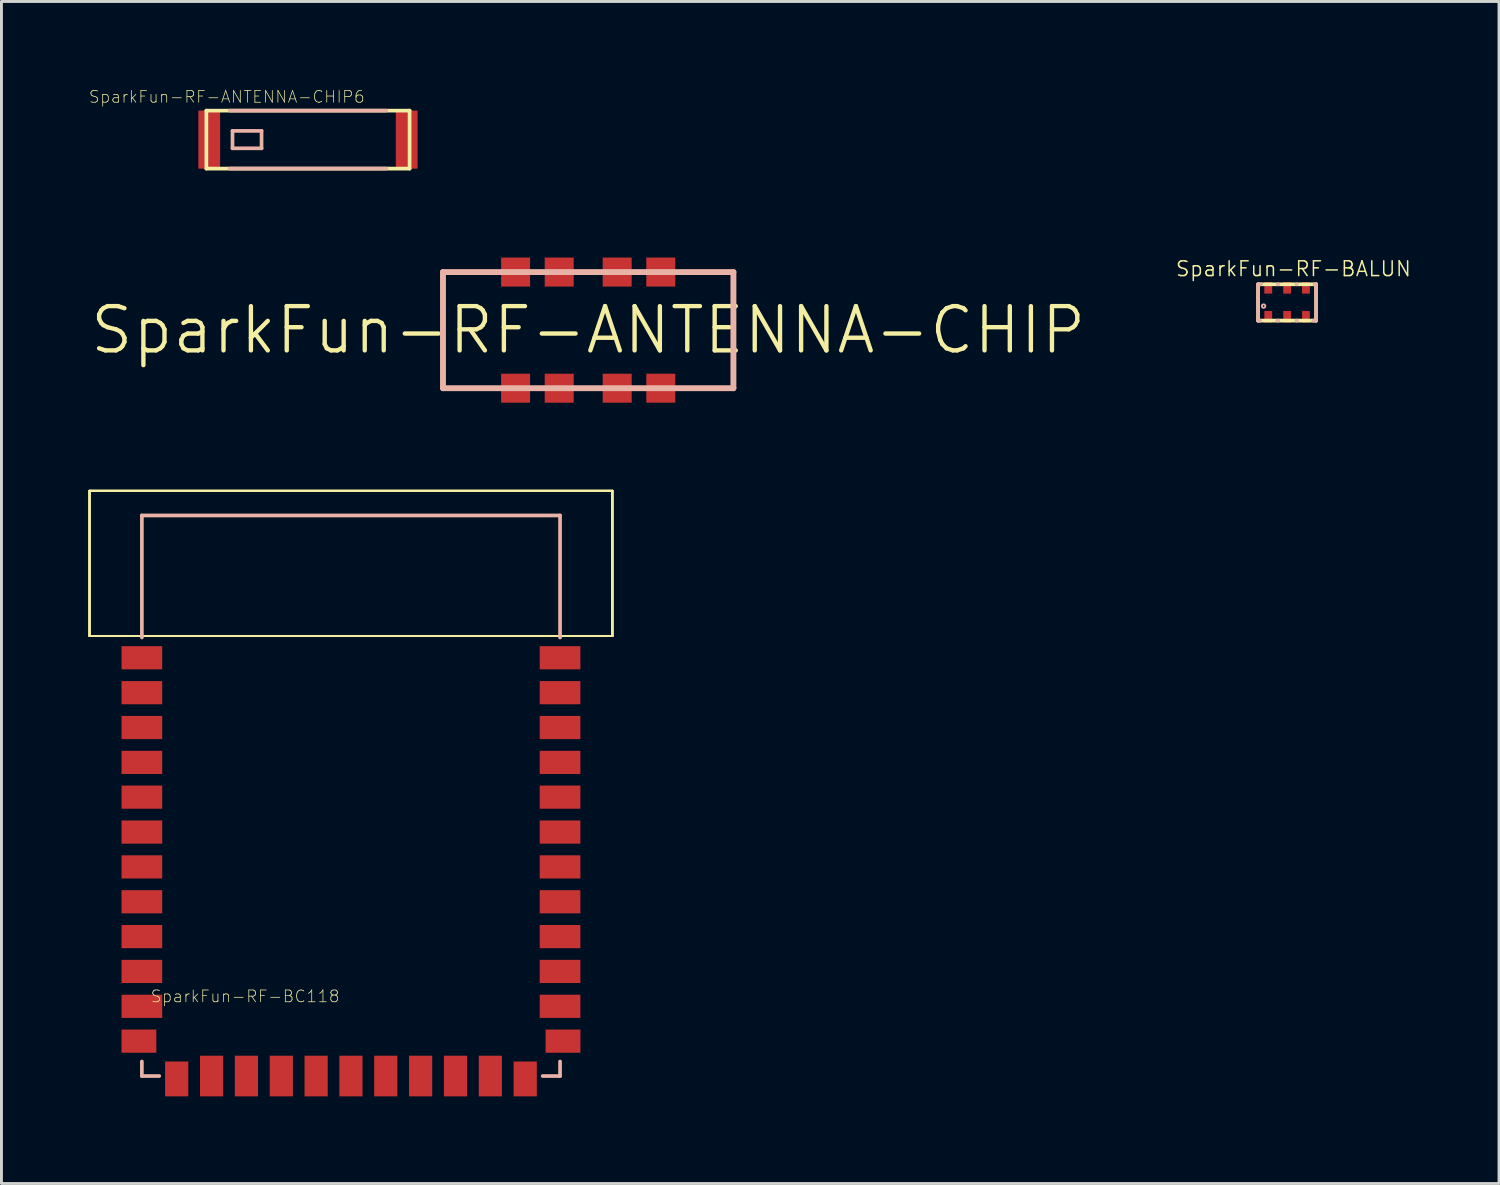
<source format=kicad_pcb>
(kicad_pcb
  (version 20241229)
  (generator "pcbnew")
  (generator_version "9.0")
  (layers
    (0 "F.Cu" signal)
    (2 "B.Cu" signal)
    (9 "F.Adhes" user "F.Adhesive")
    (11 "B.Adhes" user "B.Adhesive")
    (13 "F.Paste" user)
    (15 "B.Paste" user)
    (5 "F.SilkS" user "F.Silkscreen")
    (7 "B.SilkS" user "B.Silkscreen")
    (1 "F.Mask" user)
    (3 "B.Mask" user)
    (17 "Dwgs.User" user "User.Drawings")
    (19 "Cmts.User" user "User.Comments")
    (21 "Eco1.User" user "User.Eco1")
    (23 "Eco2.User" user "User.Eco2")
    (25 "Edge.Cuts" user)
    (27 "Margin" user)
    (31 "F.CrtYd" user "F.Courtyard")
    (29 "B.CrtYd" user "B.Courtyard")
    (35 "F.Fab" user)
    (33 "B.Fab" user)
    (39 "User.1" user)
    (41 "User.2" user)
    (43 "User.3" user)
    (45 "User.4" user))
  (footprint "SparkFun-RF-BALUN"
    (layer "F.Cu")
    (at 41.309 7.357)
    (property "Reference" "SparkFun-RF-BALUN" (at 0.168 -1.153 0) (layer "F.SilkS") (effects (font (size 0.508 0.508) (thickness 0.051))))
    (attr smd)
    (fp_line (start -1.049 -0.62) (end -1.049 0.63) (stroke (width 0.127) (type solid)) (layer "F.SilkS"))
    (fp_line (start -1.049 0.63) (end 0.95 0.63) (stroke (width 0.127) (type solid)) (layer "F.SilkS"))
    (fp_line (start 0.95 -0.62) (end -1.049 -0.62) (stroke (width 0.127) (type solid)) (layer "F.SilkS"))
    (fp_line (start 0.95 0.63) (end 0.95 -0.62) (stroke (width 0.127) (type solid)) (layer "F.SilkS"))
    (fp_line (start -1.049 -0.62) (end -1.049 -0.208) (stroke (width 0.127) (type solid)) (layer "B.SilkS"))
    (fp_line (start -1.049 -0.208) (end -1.049 0.63) (stroke (width 0.127) (type solid)) (layer "B.SilkS"))
    (fp_line (start -1.049 0.63) (end -0.978 0.63) (stroke (width 0.127) (type solid)) (layer "B.SilkS"))
    (fp_line (start -0.95 -0.62) (end -1.049 -0.62) (stroke (width 0.127) (type solid)) (layer "B.SilkS"))
    (fp_line (start -0.358 -0.62) (end -0.378 -0.62) (stroke (width 0.127) (type solid)) (layer "B.SilkS"))
    (fp_line (start -0.358 0.63) (end -0.389 0.63) (stroke (width 0.127) (type solid)) (layer "B.SilkS"))
    (fp_line (start 0.279 -0.62) (end 0.269 -0.62) (stroke (width 0.127) (type solid)) (layer "B.SilkS"))
    (fp_line (start 0.29 0.63) (end 0.269 0.63) (stroke (width 0.127) (type solid)) (layer "B.SilkS"))
    (fp_line (start 0.889 -0.62) (end 0.95 -0.62) (stroke (width 0.127) (type solid)) (layer "B.SilkS"))
    (fp_line (start 0.95 -0.62) (end 0.95 -0.389) (stroke (width 0.127) (type solid)) (layer "B.SilkS"))
    (fp_line (start 0.95 -0.389) (end 0.95 0.63) (stroke (width 0.127) (type solid)) (layer "B.SilkS"))
    (fp_line (start 0.95 0.63) (end 0.848 0.63) (stroke (width 0.127) (type solid)) (layer "B.SilkS"))
    (fp_circle (center -0.859 0.13) (end -0.879 0.15) (stroke (width 0.064) (type solid)) (fill no) (layer "B.SilkS"))
    (pad "1" smd rect (at -0.699 0.498) (size 0.269 0.399) (layers "F.Cu" "F.Mask" "F.Paste"))
    (pad "2" smd rect (at -0.048 0.498) (size 0.269 0.399) (layers "F.Cu" "F.Mask" "F.Paste"))
    (pad "3" smd rect (at 0.599 0.498) (size 0.269 0.399) (layers "F.Cu" "F.Mask" "F.Paste"))
    (pad "4" smd rect (at 0.599 -0.498) (size 0.269 0.399) (layers "F.Cu" "F.Mask" "F.Paste"))
    (pad "5" smd rect (at -0.048 -0.498) (size 0.269 0.399) (layers "F.Cu" "F.Mask" "F.Paste"))
    (pad "6" smd rect (at -0.699 -0.498) (size 0.269 0.399) (layers "F.Cu" "F.Mask" "F.Paste")))
  (footprint "SparkFun-RF-ANTENNA-CHIP"
    (layer "F.Cu")
    (at 17.199 8.315)
    (property "Reference" "SparkFun-RF-ANTENNA-CHIP" (at 0 0 0) (layer "F.SilkS") (effects (font (size 1.524 1.524) (thickness 0.15))))
    (attr smd)
    (fp_line (start -4.999 -1.999) (end 4.999 -1.999) (stroke (width 0.203) (type solid)) (layer "B.SilkS"))
    (fp_line (start -4.999 1.999) (end -4.999 -1.999) (stroke (width 0.203) (type solid)) (layer "B.SilkS"))
    (fp_line (start 4.999 -1.999) (end 4.999 1.999) (stroke (width 0.203) (type solid)) (layer "B.SilkS"))
    (fp_line (start 4.999 1.999) (end -4.999 1.999) (stroke (width 0.203) (type solid)) (layer "B.SilkS"))
    (pad "3" smd rect (at 0.998 1.999) (size 0.998 0.998) (layers "F.Cu" "F.Mask" "F.Paste"))
    (pad "4" smd rect (at 2.499 1.999) (size 0.998 0.998) (layers "F.Cu" "F.Mask" "F.Paste"))
    (pad "5" smd rect (at 2.499 -1.999) (size 0.998 0.998) (layers "F.Cu" "F.Mask" "F.Paste"))
    (pad "6" smd rect (at 0.998 -1.999) (size 0.998 0.998) (layers "F.Cu" "F.Mask" "F.Paste"))
    (pad "7" smd rect (at -0.998 -1.999) (size 0.998 0.998) (layers "F.Cu" "F.Mask" "F.Paste"))
    (pad "8" smd rect (at -2.499 -1.999) (size 0.998 0.998) (layers "F.Cu" "F.Mask" "F.Paste"))
    (pad "FEED" smd rect (at -0.998 1.999) (size 0.998 0.998) (layers "F.Cu" "F.Mask" "F.Paste"))
    (pad "GND" smd rect (at -2.499 1.999) (size 0.998 0.998) (layers "F.Cu" "F.Mask" "F.Paste")))
  (footprint "SparkFun-RF-ANTENNA-CHIP6"
    (layer "F.Cu")
    (at 7.552 1.756)
    (property "Reference" "SparkFun-RF-ANTENNA-CHIP6" (at -2.794 -1.473 0) (layer "F.SilkS") (effects (font (size 0.406 0.406) (thickness 0.025))))
    (attr smd)
    (fp_line (start -3.498 -0.998) (end 3.498 -0.998) (stroke (width 0.127) (type solid)) (layer "F.SilkS"))
    (fp_line (start -3.498 0.998) (end -3.498 -0.998) (stroke (width 0.127) (type solid)) (layer "F.SilkS"))
    (fp_line (start 3.498 -0.998) (end 3.498 0.998) (stroke (width 0.127) (type solid)) (layer "F.SilkS"))
    (fp_line (start 3.498 0.998) (end -3.498 0.998) (stroke (width 0.127) (type solid)) (layer "F.SilkS"))
    (fp_line (start -2.697 -0.998) (end 2.697 -0.998) (stroke (width 0.127) (type solid)) (layer "B.SilkS"))
    (fp_line (start -2.697 0.998) (end 2.697 0.998) (stroke (width 0.127) (type solid)) (layer "B.SilkS"))
    (fp_line (start -2.598 -0.3) (end -2.598 0.3) (stroke (width 0.127) (type solid)) (layer "B.SilkS"))
    (fp_line (start -2.598 0.3) (end -1.598 0.3) (stroke (width 0.127) (type solid)) (layer "B.SilkS"))
    (fp_line (start -1.598 -0.3) (end -2.598 -0.3) (stroke (width 0.127) (type solid)) (layer "B.SilkS"))
    (fp_line (start -1.598 0.3) (end -1.598 -0.3) (stroke (width 0.127) (type solid)) (layer "B.SilkS"))
    (pad "1" smd rect (at -3.399 0 90) (size 1.999 0.749) (layers "F.Cu" "F.Mask" "F.Paste"))
    (pad "NC" smd rect (at 3.399 0 90) (size 1.999 0.749) (layers "F.Cu" "F.Mask" "F.Paste")))
  (footprint "SparkFun-RF-BC118"
    (layer "F.Cu")
    (at 9.032 24.344)
    (property "Reference" "SparkFun-RF-BC118" (at -3.642 6.906 0) (layer "F.SilkS") (effects (font (size 0.406 0.406) (thickness 0.025))))
    (attr smd)
    (fp_line (start -8.999 -10.498) (end 8.999 -10.498) (stroke (width 0.066) (type solid)) (layer "F.SilkS"))
    (fp_line (start -8.999 -10.498) (end 8.999 -10.498) (stroke (width 0.066) (type solid)) (layer "F.SilkS"))
    (fp_line (start -8.999 -10.498) (end 8.999 -10.498) (stroke (width 0.066) (type solid)) (layer "F.SilkS"))
    (fp_line (start -8.999 -10.498) (end 8.999 -10.498) (stroke (width 0.066) (type solid)) (layer "F.SilkS"))
    (fp_line (start -8.999 -10.498) (end 8.999 -10.498) (stroke (width 0.066) (type solid)) (layer "F.SilkS"))
    (fp_line (start -8.999 -5.499) (end -8.999 -10.498) (stroke (width 0.066) (type solid)) (layer "F.SilkS"))
    (fp_line (start -8.999 -5.499) (end -8.999 -10.498) (stroke (width 0.066) (type solid)) (layer "F.SilkS"))
    (fp_line (start -8.999 -5.499) (end -8.999 -10.498) (stroke (width 0.066) (type solid)) (layer "F.SilkS"))
    (fp_line (start -8.999 -5.499) (end -8.999 -10.498) (stroke (width 0.066) (type solid)) (layer "F.SilkS"))
    (fp_line (start -8.999 -5.499) (end -8.999 -10.498) (stroke (width 0.066) (type solid)) (layer "F.SilkS"))
    (fp_line (start -8.999 -5.499) (end 8.999 -5.499) (stroke (width 0.066) (type solid)) (layer "F.SilkS"))
    (fp_line (start -8.999 -5.499) (end 8.999 -5.499) (stroke (width 0.066) (type solid)) (layer "F.SilkS"))
    (fp_line (start -8.999 -5.499) (end 8.999 -5.499) (stroke (width 0.066) (type solid)) (layer "F.SilkS"))
    (fp_line (start -8.999 -5.499) (end 8.999 -5.499) (stroke (width 0.066) (type solid)) (layer "F.SilkS"))
    (fp_line (start -8.999 -5.499) (end 8.999 -5.499) (stroke (width 0.066) (type solid)) (layer "F.SilkS"))
    (fp_line (start 8.999 -5.499) (end 8.999 -10.498) (stroke (width 0.066) (type solid)) (layer "F.SilkS"))
    (fp_line (start 8.999 -5.499) (end 8.999 -10.498) (stroke (width 0.066) (type solid)) (layer "F.SilkS"))
    (fp_line (start 8.999 -5.499) (end 8.999 -10.498) (stroke (width 0.066) (type solid)) (layer "F.SilkS"))
    (fp_line (start 8.999 -5.499) (end 8.999 -10.498) (stroke (width 0.066) (type solid)) (layer "F.SilkS"))
    (fp_line (start 8.999 -5.499) (end 8.999 -10.498) (stroke (width 0.066) (type solid)) (layer "F.SilkS"))
    (fp_line (start -7.198 -9.649) (end 7.198 -9.649) (stroke (width 0.127) (type solid)) (layer "B.SilkS"))
    (fp_line (start -7.198 -5.448) (end -7.198 -9.649) (stroke (width 0.127) (type solid)) (layer "B.SilkS"))
    (fp_line (start -7.198 9.149) (end -7.198 9.649) (stroke (width 0.127) (type solid)) (layer "B.SilkS"))
    (fp_line (start -7.198 9.649) (end -6.599 9.649) (stroke (width 0.127) (type solid)) (layer "B.SilkS"))
    (fp_line (start 6.599 9.649) (end 7.198 9.649) (stroke (width 0.127) (type solid)) (layer "B.SilkS"))
    (fp_line (start 7.198 -9.649) (end 7.198 -5.448) (stroke (width 0.127) (type solid)) (layer "B.SilkS"))
    (fp_line (start 7.198 9.649) (end 7.198 9.149) (stroke (width 0.127) (type solid)) (layer "B.SilkS"))
    (pad "1" smd rect (at -7.198 -4.75) (size 1.4 0.798) (layers "F.Cu" "F.Mask" "F.Paste"))
    (pad "2" smd rect (at -7.198 -3.548) (size 1.4 0.798) (layers "F.Cu" "F.Mask" "F.Paste"))
    (pad "3" smd rect (at -7.198 -2.349) (size 1.4 0.798) (layers "F.Cu" "F.Mask" "F.Paste"))
    (pad "4" smd rect (at -7.198 -1.148) (size 1.4 0.798) (layers "F.Cu" "F.Mask" "F.Paste"))
    (pad "5" smd rect (at -7.198 0.048) (size 1.4 0.798) (layers "F.Cu" "F.Mask" "F.Paste"))
    (pad "6" smd rect (at -7.198 1.25) (size 1.4 0.798) (layers "F.Cu" "F.Mask" "F.Paste"))
    (pad "7" smd rect (at -7.198 2.449) (size 1.4 0.798) (layers "F.Cu" "F.Mask" "F.Paste"))
    (pad "8" smd rect (at -7.198 3.65) (size 1.4 0.798) (layers "F.Cu" "F.Mask" "F.Paste"))
    (pad "9" smd rect (at -7.198 4.849) (size 1.4 0.798) (layers "F.Cu" "F.Mask" "F.Paste"))
    (pad "10" smd rect (at -7.198 6.048) (size 1.4 0.798) (layers "F.Cu" "F.Mask" "F.Paste"))
    (pad "11" smd rect (at -7.198 7.249) (size 1.4 0.798) (layers "F.Cu" "F.Mask" "F.Paste"))
    (pad "12" smd rect (at -7.3 8.448) (size 1.199 0.798) (layers "F.Cu" "F.Mask" "F.Paste"))
    (pad "13" smd rect (at -5.999 9.749 90) (size 1.199 0.798) (layers "F.Cu" "F.Mask" "F.Paste"))
    (pad "14" smd rect (at -4.798 9.649 90) (size 1.4 0.798) (layers "F.Cu" "F.Mask" "F.Paste"))
    (pad "15" smd rect (at -3.599 9.649 90) (size 1.4 0.798) (layers "F.Cu" "F.Mask" "F.Paste"))
    (pad "16" smd rect (at -2.398 9.649 90) (size 1.4 0.798) (layers "F.Cu" "F.Mask" "F.Paste"))
    (pad "17" smd rect (at -1.199 9.649 90) (size 1.4 0.798) (layers "F.Cu" "F.Mask" "F.Paste"))
    (pad "18" smd rect (at 0 9.649 90) (size 1.4 0.798) (layers "F.Cu" "F.Mask" "F.Paste"))
    (pad "19" smd rect (at 1.199 9.649 90) (size 1.4 0.798) (layers "F.Cu" "F.Mask" "F.Paste"))
    (pad "20" smd rect (at 2.398 9.649 90) (size 1.4 0.798) (layers "F.Cu" "F.Mask" "F.Paste"))
    (pad "21" smd rect (at 3.599 9.649 90) (size 1.4 0.798) (layers "F.Cu" "F.Mask" "F.Paste"))
    (pad "22" smd rect (at 4.798 9.649 90) (size 1.4 0.798) (layers "F.Cu" "F.Mask" "F.Paste"))
    (pad "23" smd rect (at 5.999 9.749 90) (size 1.199 0.798) (layers "F.Cu" "F.Mask" "F.Paste"))
    (pad "24" smd rect (at 7.3 8.448) (size 1.199 0.798) (layers "F.Cu" "F.Mask" "F.Paste"))
    (pad "25" smd rect (at 7.198 7.249) (size 1.4 0.798) (layers "F.Cu" "F.Mask" "F.Paste"))
    (pad "26" smd rect (at 7.198 6.048) (size 1.4 0.798) (layers "F.Cu" "F.Mask" "F.Paste"))
    (pad "27" smd rect (at 7.198 4.849) (size 1.4 0.798) (layers "F.Cu" "F.Mask" "F.Paste"))
    (pad "28" smd rect (at 7.198 3.65) (size 1.4 0.798) (layers "F.Cu" "F.Mask" "F.Paste"))
    (pad "29" smd rect (at 7.198 2.449) (size 1.4 0.798) (layers "F.Cu" "F.Mask" "F.Paste"))
    (pad "30" smd rect (at 7.198 1.25) (size 1.4 0.798) (layers "F.Cu" "F.Mask" "F.Paste"))
    (pad "31" smd rect (at 7.198 0.048) (size 1.4 0.798) (layers "F.Cu" "F.Mask" "F.Paste"))
    (pad "32" smd rect (at 7.198 -1.148) (size 1.4 0.798) (layers "F.Cu" "F.Mask" "F.Paste"))
    (pad "33" smd rect (at 7.198 -2.349) (size 1.4 0.798) (layers "F.Cu" "F.Mask" "F.Paste"))
    (pad "34" smd rect (at 7.198 -3.548) (size 1.4 0.798) (layers "F.Cu" "F.Mask" "F.Paste"))
    (pad "35" smd rect (at 7.198 -4.75) (size 1.4 0.798) (layers "F.Cu" "F.Mask" "F.Paste")))
  (gr_rect
    (start -3 -3)
    (end 48.554 37.693)
    (stroke (width 0.1) (type default))
    (fill no)
    (layer "Edge.Cuts")))
</source>
